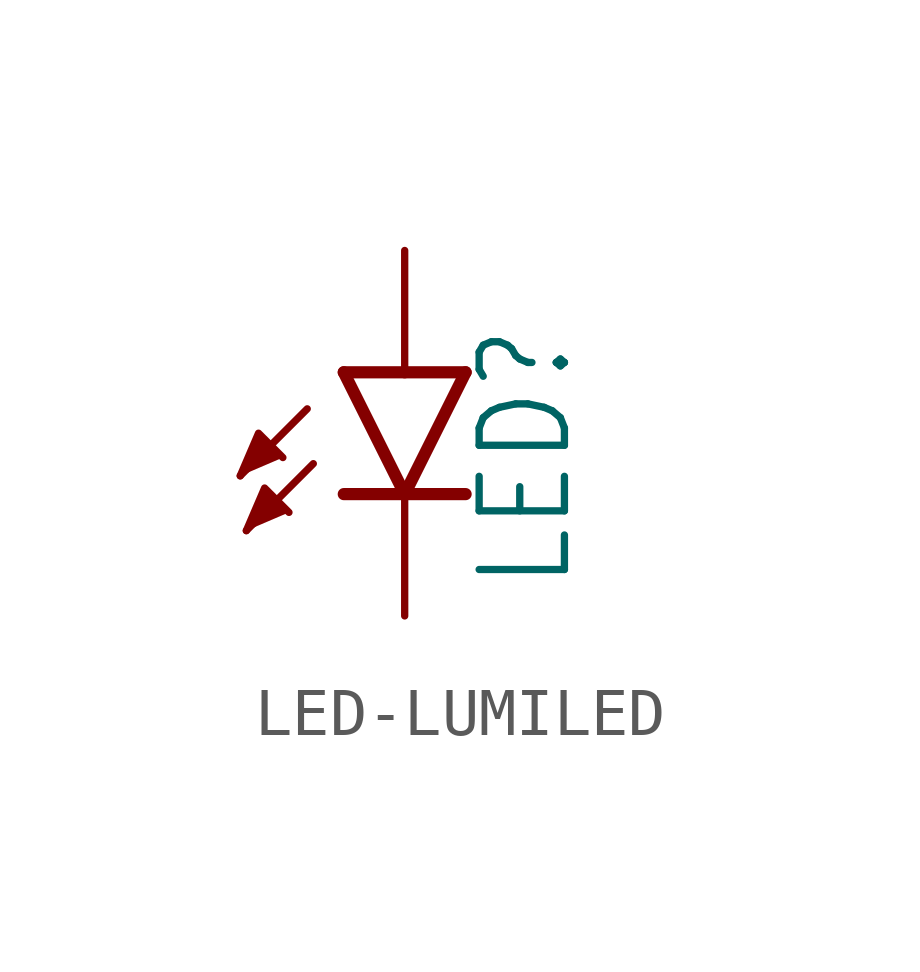
<source format=kicad_sym>
(kicad_symbol_lib
  (version 20241209)
  (generator "kicad_symbol_editor")
  (generator_version "9.0")
  (symbol "LED-LUMILED"
    (property "Reference" "LED"
      (at 3.556 -4.572 90)
      (effects (font (size 1.778 1.511)) (justify left bottom)))
    (property "Value" ""
      (at 5.715 -4.572 90)
      (effects (font (size 1.778 1.511)) (justify left bottom)))
    (property "ki_locked" ""
      (at 0 0 0)
      (effects (font (size 1.27 1.27))))
    (symbol "LED-LUMILED_1_0"
      (polyline (pts (xy -3.429 -2.159) (xy -3.048 -1.27) (xy -2.54 -1.778)) (stroke (width 0.152) (type solid)) (fill (type outline)))
      (polyline (pts (xy -3.302 -3.302) (xy -2.921 -2.413) (xy -2.413 -2.921)) (stroke (width 0.152) (type solid)) (fill (type outline)))
      (polyline (pts (xy -2.032 -0.762) (xy -3.429 -2.159)) (stroke (width 0.152) (type solid)) (fill (type none)))
      (polyline (pts (xy -1.905 -1.905) (xy -3.302 -3.302)) (stroke (width 0.152) (type solid)) (fill (type none)))
      (polyline (pts (xy 0 0) (xy -1.27 0)) (stroke (width 0.254) (type solid)) (fill (type none)))
      (polyline (pts (xy 0 -2.54) (xy -1.27 0)) (stroke (width 0.254) (type solid)) (fill (type none)))
      (polyline (pts (xy 0 -2.54) (xy -1.27 -2.54)) (stroke (width 0.254) (type solid)) (fill (type none)))
      (polyline (pts (xy 1.27 0) (xy 0 0)) (stroke (width 0.254) (type solid)) (fill (type none)))
      (polyline (pts (xy 1.27 0) (xy 0 -2.54)) (stroke (width 0.254) (type solid)) (fill (type none)))
      (polyline (pts (xy 1.27 -2.54) (xy 0 -2.54)) (stroke (width 0.254) (type solid)) (fill (type none)))
      (pin passive line (at 0 2.54 270) (length 2.54) (name "A" (effects (font (size 0 0)))) (number "2+" (effects (font (size 0 0)))))
      (pin passive line (at 0 -5.08 90) (length 2.54) (name "C" (effects (font (size 0 0)))) (number "4-" (effects (font (size 0 0))))))))
</source>
